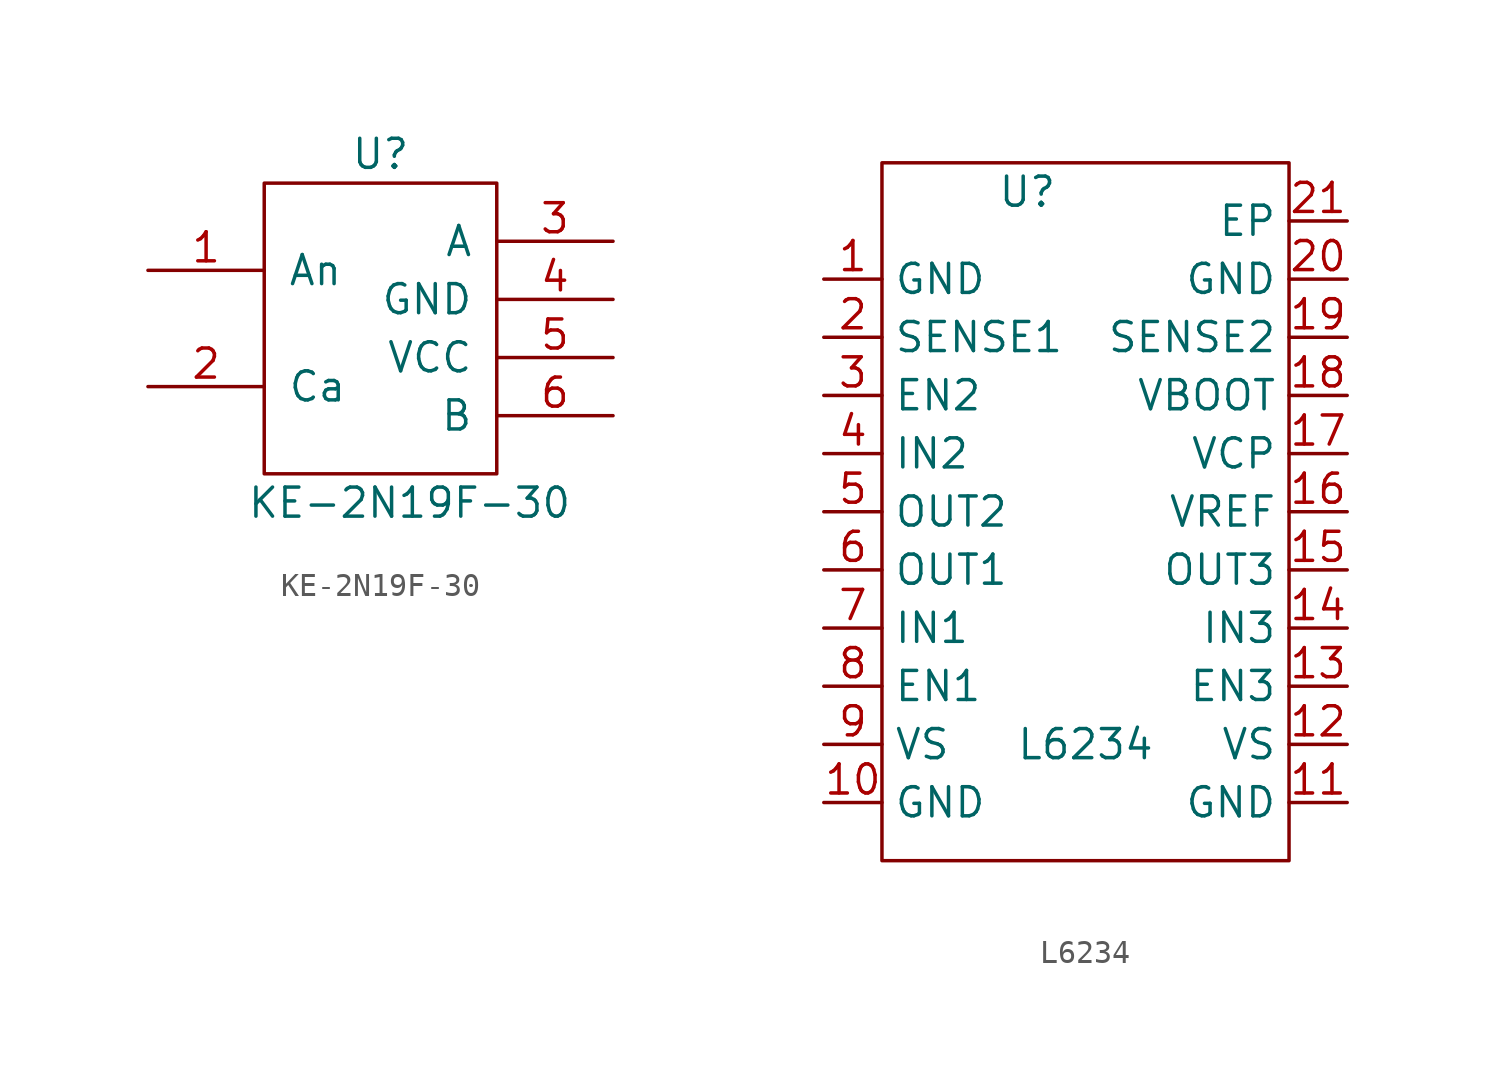
<source format=kicad_sym>
(kicad_symbol_lib
  (version 20220914)
  (generator kicad_symbol_editor)
  (symbol "KE-2N19F-30"
    (pin_names
      (offset 1.016))
    (property "Reference" "U"
      (at 0 7.62 0)
      (effects (font (size 1.27 1.27))))
    (property "Value" "KE-2N19F-30"
      (at 1.27 -7.62 0)
      (effects (font (size 1.27 1.27))))
    (symbol "KE-2N19F-30_0_1"
      (rectangle (start -5.08 6.35) (end 5.08 -6.35) (stroke (width 0) (type default)) (fill (type none))))
    (symbol "KE-2N19F-30_1_1"
      (pin input line (at -10.16 2.54 0) (length 5.08) (name "An" (effects (font (size 1.27 1.27)))) (number "1" (effects (font (size 1.27 1.27)))))
      (pin input line (at -10.16 -2.54 0) (length 5.08) (name "Ca" (effects (font (size 1.27 1.27)))) (number "2" (effects (font (size 1.27 1.27)))))
      (pin input line (at 10.16 3.81 180) (length 5.08) (name "A" (effects (font (size 1.27 1.27)))) (number "3" (effects (font (size 1.27 1.27)))))
      (pin input line (at 10.16 1.27 180) (length 5.08) (name "GND" (effects (font (size 1.27 1.27)))) (number "4" (effects (font (size 1.27 1.27)))))
      (pin input line (at 10.16 -1.27 180) (length 5.08) (name "VCC" (effects (font (size 1.27 1.27)))) (number "5" (effects (font (size 1.27 1.27)))))
      (pin input line (at 10.16 -3.81 180) (length 5.08) (name "B" (effects (font (size 1.27 1.27)))) (number "6" (effects (font (size 1.27 1.27)))))))
  (symbol "L6234"
    (property "Reference" "U"
      (at -2.54 13.97 0)
      (effects (font (size 1.27 1.27))))
    (property "Value" "L6234"
      (at 0 -10.16 0)
      (effects (font (size 1.27 1.27))))
    (symbol "L6234_0_1"
      (rectangle (start -8.89 15.24) (end 8.89 -15.24) (stroke (width 0.152) (type default)) (fill (type none))))
    (symbol "L6234_1_1"
      (pin input line (at -11.43 10.16 0) (length 2.54) (name "GND" (effects (font (size 1.27 1.27)))) (number "1" (effects (font (size 1.27 1.27)))))
      (pin input line (at -11.43 -12.7 0) (length 2.54) (name "GND" (effects (font (size 1.27 1.27)))) (number "10" (effects (font (size 1.27 1.27)))))
      (pin input line (at 11.43 -12.7 180) (length 2.54) (name "GND" (effects (font (size 1.27 1.27)))) (number "11" (effects (font (size 1.27 1.27)))))
      (pin input line (at 11.43 -10.16 180) (length 2.54) (name "VS" (effects (font (size 1.27 1.27)))) (number "12" (effects (font (size 1.27 1.27)))))
      (pin input line (at 11.43 -7.62 180) (length 2.54) (name "EN3" (effects (font (size 1.27 1.27)))) (number "13" (effects (font (size 1.27 1.27)))))
      (pin input line (at 11.43 -5.08 180) (length 2.54) (name "IN3" (effects (font (size 1.27 1.27)))) (number "14" (effects (font (size 1.27 1.27)))))
      (pin input line (at 11.43 -2.54 180) (length 2.54) (name "OUT3" (effects (font (size 1.27 1.27)))) (number "15" (effects (font (size 1.27 1.27)))))
      (pin input line (at 11.43 0 180) (length 2.54) (name "VREF" (effects (font (size 1.27 1.27)))) (number "16" (effects (font (size 1.27 1.27)))))
      (pin input line (at 11.43 2.54 180) (length 2.54) (name "VCP" (effects (font (size 1.27 1.27)))) (number "17" (effects (font (size 1.27 1.27)))))
      (pin input line (at 11.43 5.08 180) (length 2.54) (name "VBOOT" (effects (font (size 1.27 1.27)))) (number "18" (effects (font (size 1.27 1.27)))))
      (pin input line (at 11.43 7.62 180) (length 2.54) (name "SENSE2" (effects (font (size 1.27 1.27)))) (number "19" (effects (font (size 1.27 1.27)))))
      (pin input line (at -11.43 7.62 0) (length 2.54) (name "SENSE1" (effects (font (size 1.27 1.27)))) (number "2" (effects (font (size 1.27 1.27)))))
      (pin input line (at 11.43 10.16 180) (length 2.54) (name "GND" (effects (font (size 1.27 1.27)))) (number "20" (effects (font (size 1.27 1.27)))))
      (pin input line (at 11.43 12.7 180) (length 2.54) (name "EP" (effects (font (size 1.27 1.27)))) (number "21" (effects (font (size 1.27 1.27)))))
      (pin input line (at -11.43 5.08 0) (length 2.54) (name "EN2" (effects (font (size 1.27 1.27)))) (number "3" (effects (font (size 1.27 1.27)))))
      (pin input line (at -11.43 2.54 0) (length 2.54) (name "IN2" (effects (font (size 1.27 1.27)))) (number "4" (effects (font (size 1.27 1.27)))))
      (pin input line (at -11.43 0 0) (length 2.54) (name "OUT2" (effects (font (size 1.27 1.27)))) (number "5" (effects (font (size 1.27 1.27)))))
      (pin input line (at -11.43 -2.54 0) (length 2.54) (name "OUT1" (effects (font (size 1.27 1.27)))) (number "6" (effects (font (size 1.27 1.27)))))
      (pin input line (at -11.43 -5.08 0) (length 2.54) (name "IN1" (effects (font (size 1.27 1.27)))) (number "7" (effects (font (size 1.27 1.27)))))
      (pin input line (at -11.43 -7.62 0) (length 2.54) (name "EN1" (effects (font (size 1.27 1.27)))) (number "8" (effects (font (size 1.27 1.27)))))
      (pin input line (at -11.43 -10.16 0) (length 2.54) (name "VS" (effects (font (size 1.27 1.27)))) (number "9" (effects (font (size 1.27 1.27))))))))
</source>
